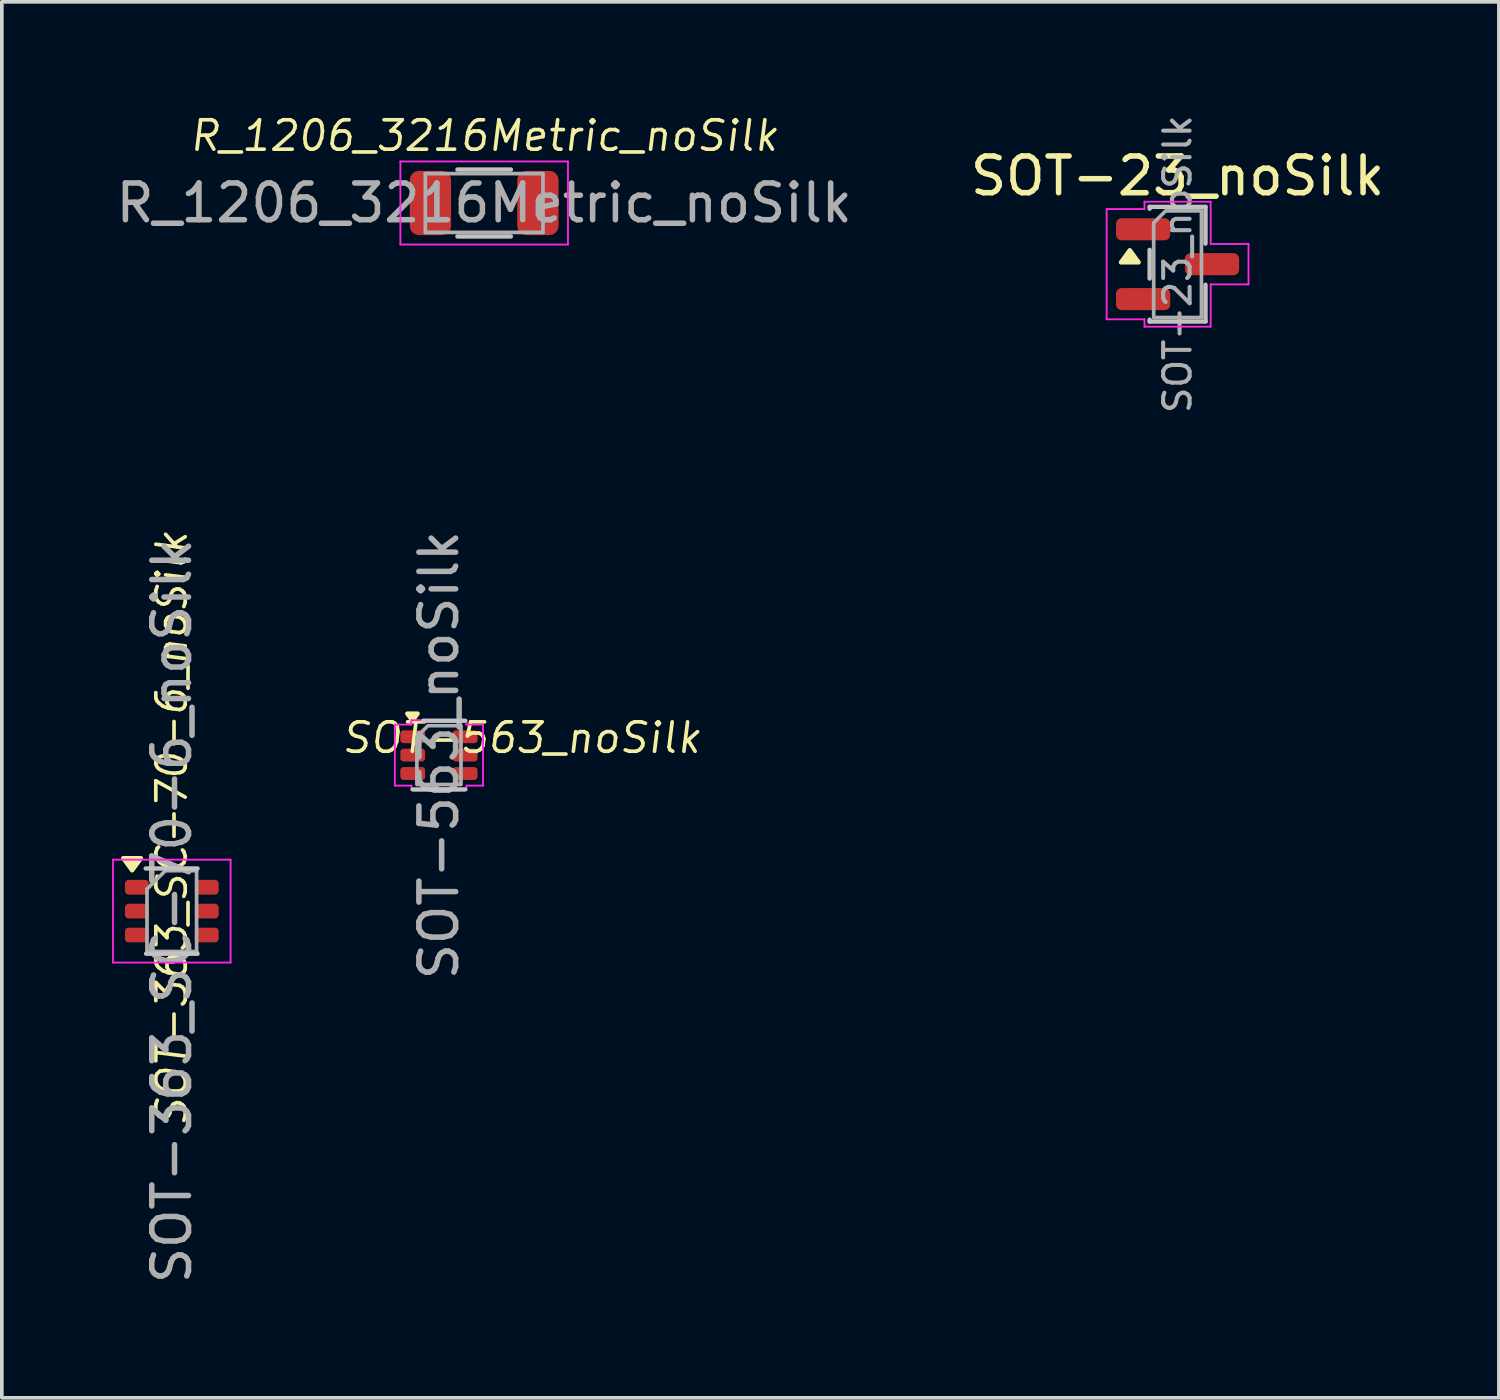
<source format=kicad_pcb>
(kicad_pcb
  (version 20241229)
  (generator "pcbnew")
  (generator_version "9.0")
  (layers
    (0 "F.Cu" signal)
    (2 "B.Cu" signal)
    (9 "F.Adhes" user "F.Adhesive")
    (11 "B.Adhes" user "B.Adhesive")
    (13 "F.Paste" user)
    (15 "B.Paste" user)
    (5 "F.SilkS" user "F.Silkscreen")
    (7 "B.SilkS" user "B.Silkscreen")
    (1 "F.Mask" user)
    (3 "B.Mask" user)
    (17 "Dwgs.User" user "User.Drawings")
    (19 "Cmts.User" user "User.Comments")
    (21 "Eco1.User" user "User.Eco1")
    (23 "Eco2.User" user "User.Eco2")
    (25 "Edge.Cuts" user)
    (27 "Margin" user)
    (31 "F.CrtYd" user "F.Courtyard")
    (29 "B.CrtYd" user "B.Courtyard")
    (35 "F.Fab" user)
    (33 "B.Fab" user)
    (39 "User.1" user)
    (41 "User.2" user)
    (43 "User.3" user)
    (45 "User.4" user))
  (footprint "SOT-563_noSilk"
    (layer "F.Cu")
    (at 8.894 17.498)
    (property "Reference" "SOT-563_noSilk" (at 2.252 -0.47 0) (unlocked yes) (layer "F.SilkS") (effects (font (size 0.8 0.8) (thickness 0.1) (italic yes))))
    (attr smd)
    (fp_poly (pts (xy -0.72 -0.94) (xy -0.86 -1.13) (xy -0.58 -1.13)) (stroke (width 0.12) (type solid)) (fill yes) (layer "F.SilkS"))
    (fp_line (start -0.426 -0.935) (end 0.71 -0.935) (stroke (width 0.12) (type solid)) (layer "Dwgs.User"))
    (fp_line (start 0.71 0.935) (end -0.71 0.935) (stroke (width 0.12) (type solid)) (layer "Dwgs.User"))
    (fp_line (start -1.2 -0.83) (end -0.75 -0.83) (stroke (width 0.05) (type solid)) (layer "F.CrtYd"))
    (fp_line (start -1.2 0.83) (end -1.2 -0.83) (stroke (width 0.05) (type solid)) (layer "F.CrtYd"))
    (fp_line (start -0.75 -0.95) (end 0.75 -0.95) (stroke (width 0.05) (type solid)) (layer "F.CrtYd"))
    (fp_line (start -0.75 -0.83) (end -0.75 -0.95) (stroke (width 0.05) (type solid)) (layer "F.CrtYd"))
    (fp_line (start -0.75 0.83) (end -1.2 0.83) (stroke (width 0.05) (type solid)) (layer "F.CrtYd"))
    (fp_line (start -0.75 0.95) (end -0.75 0.83) (stroke (width 0.05) (type solid)) (layer "F.CrtYd"))
    (fp_line (start 0.75 -0.95) (end 0.75 -0.83) (stroke (width 0.05) (type solid)) (layer "F.CrtYd"))
    (fp_line (start 0.75 -0.83) (end 1.2 -0.83) (stroke (width 0.05) (type solid)) (layer "F.CrtYd"))
    (fp_line (start 0.75 0.83) (end 0.75 0.95) (stroke (width 0.05) (type solid)) (layer "F.CrtYd"))
    (fp_line (start 0.75 0.95) (end -0.75 0.95) (stroke (width 0.05) (type solid)) (layer "F.CrtYd"))
    (fp_line (start 1.2 -0.83) (end 1.2 0.83) (stroke (width 0.05) (type solid)) (layer "F.CrtYd"))
    (fp_line (start 1.2 0.83) (end 0.75 0.83) (stroke (width 0.05) (type solid)) (layer "F.CrtYd"))
    (fp_poly (pts (xy -0.6 -0.5) (xy -0.6 0.8) (xy 0.6 0.8) (xy 0.6 -0.8) (xy -0.3 -0.8)) (stroke (width 0.1) (type solid)) (fill no) (layer "F.Fab"))
    (fp_text user "${REFERENCE}" (at 0 0 90) (unlocked yes) (layer "F.Fab") (effects (font (size 1 1) (thickness 0.15))))
    (pad "1" smd roundrect (at -0.713 -0.5) (size 0.675 0.35) (layers "F.Cu" "F.Mask" "F.Paste") (roundrect_rratio 0.25))
    (pad "2" smd roundrect (at -0.713 0) (size 0.675 0.35) (layers "F.Cu" "F.Mask" "F.Paste") (roundrect_rratio 0.25))
    (pad "3" smd roundrect (at -0.713 0.5) (size 0.675 0.35) (layers "F.Cu" "F.Mask" "F.Paste") (roundrect_rratio 0.25))
    (pad "4" smd roundrect (at 0.713 0.5) (size 0.675 0.35) (layers "F.Cu" "F.Mask" "F.Paste") (roundrect_rratio 0.25))
    (pad "5" smd roundrect (at 0.713 0) (size 0.675 0.35) (layers "F.Cu" "F.Mask" "F.Paste") (roundrect_rratio 0.25))
    (pad "6" smd roundrect (at 0.713 -0.5) (size 0.675 0.35) (layers "F.Cu" "F.Mask" "F.Paste") (roundrect_rratio 0.25)))
  (footprint "R_1206_3216Metric_noSilk"
    (layer "F.Cu")
    (at 10.125 2.474)
    (property "Reference" "R_1206_3216Metric_noSilk" (at 0 -1.83 0) (unlocked yes) (layer "F.SilkS") (effects (font (size 0.8 0.8) (thickness 0.1) (italic yes))))
    (attr smd)
    (fp_line (start -0.727 -0.91) (end 0.727 -0.91) (stroke (width 0.12) (type solid)) (layer "Dwgs.User"))
    (fp_line (start -0.727 0.91) (end 0.727 0.91) (stroke (width 0.12) (type solid)) (layer "Dwgs.User"))
    (fp_line (start -2.28 -1.13) (end 2.28 -1.13) (stroke (width 0.05) (type solid)) (layer "F.CrtYd"))
    (fp_line (start -2.28 1.13) (end -2.28 -1.13) (stroke (width 0.05) (type solid)) (layer "F.CrtYd"))
    (fp_line (start 2.28 -1.13) (end 2.28 1.13) (stroke (width 0.05) (type solid)) (layer "F.CrtYd"))
    (fp_line (start 2.28 1.13) (end -2.28 1.13) (stroke (width 0.05) (type solid)) (layer "F.CrtYd"))
    (fp_line (start -1.6 -0.8) (end 1.6 -0.8) (stroke (width 0.1) (type solid)) (layer "F.Fab"))
    (fp_line (start -1.6 0.8) (end -1.6 -0.8) (stroke (width 0.1) (type solid)) (layer "F.Fab"))
    (fp_line (start 1.6 -0.8) (end 1.6 0.8) (stroke (width 0.1) (type solid)) (layer "F.Fab"))
    (fp_line (start 1.6 0.8) (end -1.6 0.8) (stroke (width 0.1) (type solid)) (layer "F.Fab"))
    (fp_text user "${REFERENCE}" (at 0 0 0) (unlocked yes) (layer "F.Fab") (effects (font (size 1 1) (thickness 0.15))))
    (pad "1" smd roundrect (at -1.462 0) (size 1.125 1.75) (layers "F.Cu" "F.Mask" "F.Paste") (roundrect_rratio 0.222))
    (pad "2" smd roundrect (at 1.462 0) (size 1.125 1.75) (layers "F.Cu" "F.Mask" "F.Paste") (roundrect_rratio 0.222)))
  (footprint "SOT-23_noSilk"
    (layer "F.Cu")
    (at 28.994 4.139)
    (property "Reference" "SOT-23_noSilk" (at 0 -2.4 0) (layer "F.SilkS") (effects (font (size 1 1) (thickness 0.15))))
    (attr smd)
    (fp_poly (pts (xy -1.3 -0.38) (xy -1.06 -0.05) (xy -1.54 -0.05)) (stroke (width 0.12) (type solid)) (fill yes) (layer "F.SilkS"))
    (fp_line (start -0.76 -1.56) (end 0.76 -1.56) (stroke (width 0.12) (type solid)) (layer "Dwgs.User"))
    (fp_line (start -0.76 -1.51) (end -0.76 -1.56) (stroke (width 0.12) (type solid)) (layer "Dwgs.User"))
    (fp_line (start -0.76 0.39) (end -0.76 -0.39) (stroke (width 0.12) (type solid)) (layer "Dwgs.User"))
    (fp_line (start -0.76 1.56) (end -0.76 1.51) (stroke (width 0.12) (type solid)) (layer "Dwgs.User"))
    (fp_line (start 0.76 -1.56) (end 0.76 -0.56) (stroke (width 0.12) (type solid)) (layer "Dwgs.User"))
    (fp_line (start 0.76 0.56) (end 0.76 1.56) (stroke (width 0.12) (type solid)) (layer "Dwgs.User"))
    (fp_line (start 0.76 1.56) (end -0.76 1.56) (stroke (width 0.12) (type solid)) (layer "Dwgs.User"))
    (fp_line (start -1.93 -1.5) (end -0.9 -1.5) (stroke (width 0.05) (type solid)) (layer "F.CrtYd"))
    (fp_line (start -1.93 1.5) (end -1.93 -1.5) (stroke (width 0.05) (type solid)) (layer "F.CrtYd"))
    (fp_line (start -0.9 -1.7) (end 0.9 -1.7) (stroke (width 0.05) (type solid)) (layer "F.CrtYd"))
    (fp_line (start -0.9 -1.5) (end -0.9 -1.7) (stroke (width 0.05) (type solid)) (layer "F.CrtYd"))
    (fp_line (start -0.9 1.5) (end -1.93 1.5) (stroke (width 0.05) (type solid)) (layer "F.CrtYd"))
    (fp_line (start -0.9 1.7) (end -0.9 1.5) (stroke (width 0.05) (type solid)) (layer "F.CrtYd"))
    (fp_line (start 0.9 -1.7) (end 0.9 -0.55) (stroke (width 0.05) (type solid)) (layer "F.CrtYd"))
    (fp_line (start 0.9 -0.55) (end 1.93 -0.55) (stroke (width 0.05) (type solid)) (layer "F.CrtYd"))
    (fp_line (start 0.9 0.55) (end 0.9 1.7) (stroke (width 0.05) (type solid)) (layer "F.CrtYd"))
    (fp_line (start 0.9 1.7) (end -0.9 1.7) (stroke (width 0.05) (type solid)) (layer "F.CrtYd"))
    (fp_line (start 1.93 -0.55) (end 1.93 0.55) (stroke (width 0.05) (type solid)) (layer "F.CrtYd"))
    (fp_line (start 1.93 0.55) (end 0.9 0.55) (stroke (width 0.05) (type solid)) (layer "F.CrtYd"))
    (fp_poly (pts (xy -0.65 -1.125) (xy -0.65 1.45) (xy 0.65 1.45) (xy 0.65 -1.45) (xy -0.325 -1.45)) (stroke (width 0.1) (type solid)) (fill no) (layer "F.Fab"))
    (fp_text user "${REFERENCE}" (at 0 0 90) (layer "F.Fab") (effects (font (size 0.72 0.72) (thickness 0.11))))
    (pad "1" smd roundrect (at -0.938 -0.95) (size 1.475 0.6) (layers "F.Cu" "F.Mask" "F.Paste") (roundrect_rratio 0.25))
    (pad "2" smd roundrect (at -0.938 0.95) (size 1.475 0.6) (layers "F.Cu" "F.Mask" "F.Paste") (roundrect_rratio 0.25))
    (pad "3" smd roundrect (at 0.938 0) (size 1.475 0.6) (layers "F.Cu" "F.Mask" "F.Paste") (roundrect_rratio 0.25)))
  (footprint "SOT-363_SC-70-6_noSilk"
    (layer "F.Cu")
    (at 1.625 21.743)
    (property "Reference" "SOT-363_SC-70-6_noSilk" (at 0 -2.25 90) (unlocked yes) (layer "F.SilkS") (effects (font (size 0.8 0.8) (thickness 0.1) (italic yes))))
    (attr smd)
    (fp_poly (pts (xy -1.08 -1.11) (xy -1.32 -1.44) (xy -0.84 -1.44) (xy -1.08 -1.11)) (stroke (width 0.12) (type solid)) (fill yes) (layer "F.SilkS"))
    (fp_line (start -0.71 -1.16) (end 0.7 -1.16) (stroke (width 0.12) (type solid)) (layer "Dwgs.User"))
    (fp_line (start -0.7 1.16) (end 0.7 1.16) (stroke (width 0.12) (type solid)) (layer "Dwgs.User"))
    (fp_line (start -1.6 -1.4) (end -1.6 1.4) (stroke (width 0.05) (type solid)) (layer "F.CrtYd"))
    (fp_line (start -1.6 -1.4) (end 1.6 -1.4) (stroke (width 0.05) (type solid)) (layer "F.CrtYd"))
    (fp_line (start -1.6 1.4) (end 1.6 1.4) (stroke (width 0.05) (type solid)) (layer "F.CrtYd"))
    (fp_line (start 1.6 1.4) (end 1.6 -1.4) (stroke (width 0.05) (type solid)) (layer "F.CrtYd"))
    (fp_line (start -0.675 -0.6) (end -0.675 1.1) (stroke (width 0.1) (type solid)) (layer "F.Fab"))
    (fp_line (start -0.175 -1.1) (end -0.675 -0.6) (stroke (width 0.1) (type solid)) (layer "F.Fab"))
    (fp_line (start 0.675 -1.1) (end -0.175 -1.1) (stroke (width 0.1) (type solid)) (layer "F.Fab"))
    (fp_line (start 0.675 -1.1) (end 0.675 1.1) (stroke (width 0.1) (type solid)) (layer "F.Fab"))
    (fp_line (start 0.675 1.1) (end -0.675 1.1) (stroke (width 0.1) (type solid)) (layer "F.Fab"))
    (fp_text user "${REFERENCE}" (at 0 0 90) (unlocked yes) (layer "F.Fab") (effects (font (size 1 1) (thickness 0.15))))
    (pad "1" smd roundrect (at -0.95 -0.65) (size 0.65 0.4) (layers "F.Cu" "F.Mask" "F.Paste") (roundrect_rratio 0.25))
    (pad "2" smd roundrect (at -0.95 0) (size 0.65 0.4) (layers "F.Cu" "F.Mask" "F.Paste") (roundrect_rratio 0.25))
    (pad "3" smd roundrect (at -0.95 0.65) (size 0.65 0.4) (layers "F.Cu" "F.Mask" "F.Paste") (roundrect_rratio 0.25))
    (pad "4" smd roundrect (at 0.95 0.65) (size 0.65 0.4) (layers "F.Cu" "F.Mask" "F.Paste") (roundrect_rratio 0.25))
    (pad "5" smd roundrect (at 0.95 0) (size 0.65 0.4) (layers "F.Cu" "F.Mask" "F.Paste") (roundrect_rratio 0.25))
    (pad "6" smd roundrect (at 0.95 -0.65) (size 0.65 0.4) (layers "F.Cu" "F.Mask" "F.Paste") (roundrect_rratio 0.25)))
  (gr_rect
    (start -3 -3)
    (end 37.738 34.987)
    (stroke (width 0.1) (type default))
    (fill no)
    (layer "Edge.Cuts")))
</source>
